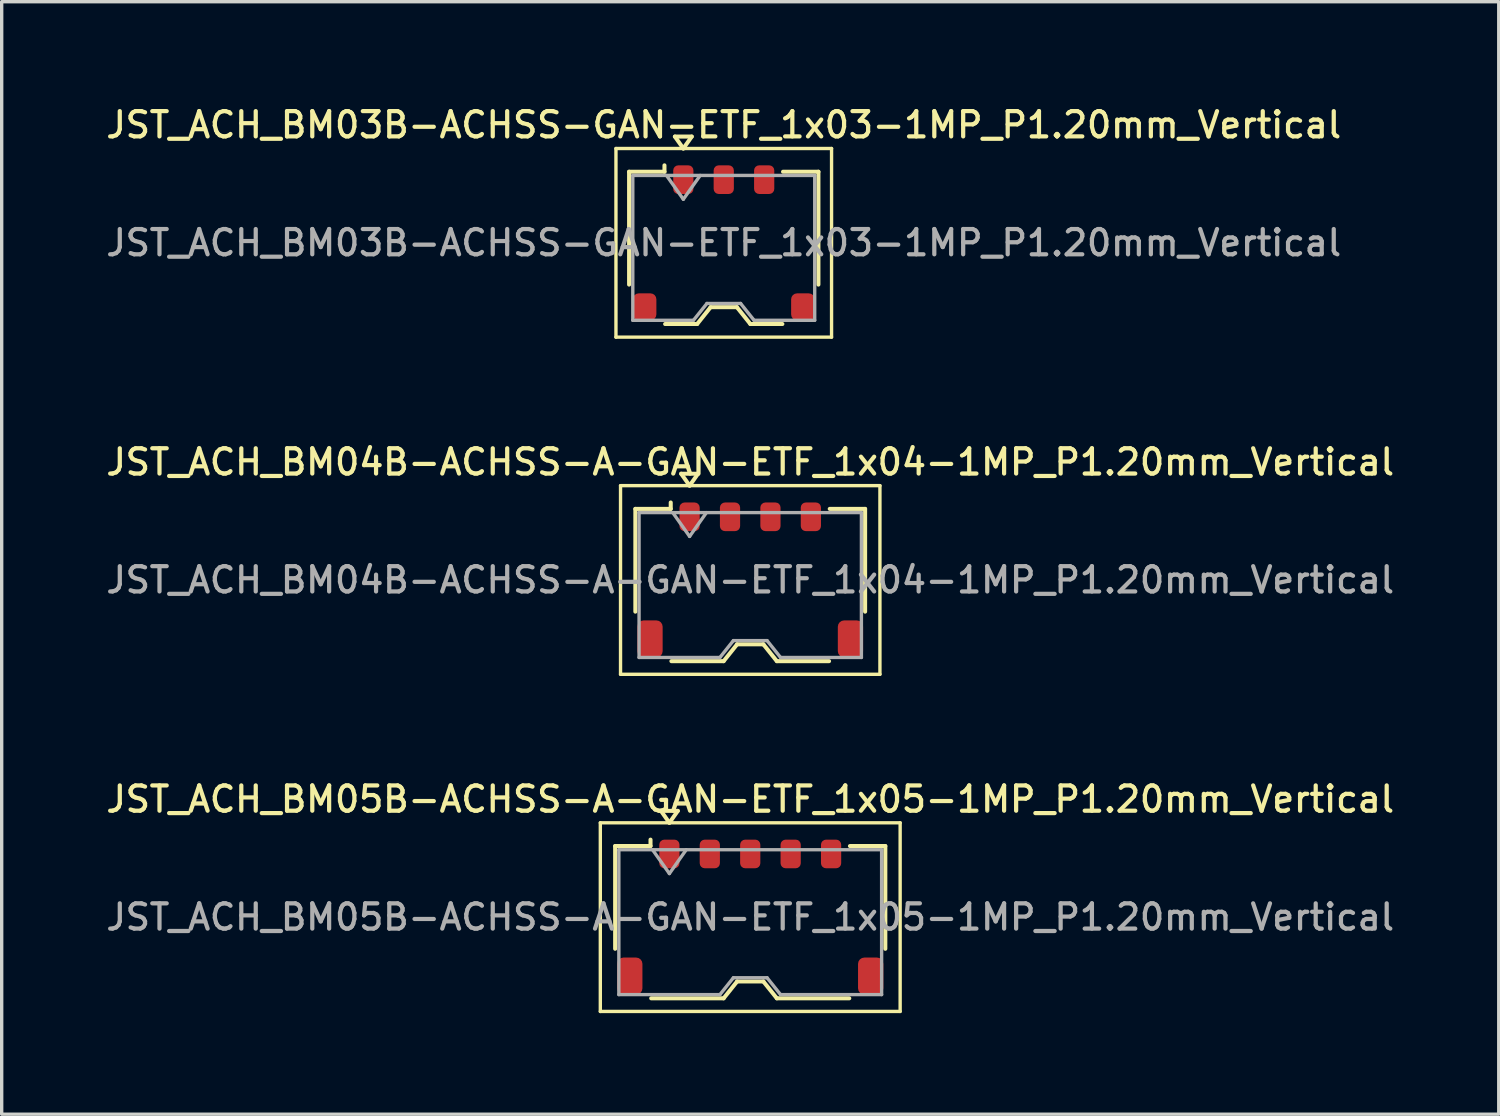
<source format=kicad_pcb>
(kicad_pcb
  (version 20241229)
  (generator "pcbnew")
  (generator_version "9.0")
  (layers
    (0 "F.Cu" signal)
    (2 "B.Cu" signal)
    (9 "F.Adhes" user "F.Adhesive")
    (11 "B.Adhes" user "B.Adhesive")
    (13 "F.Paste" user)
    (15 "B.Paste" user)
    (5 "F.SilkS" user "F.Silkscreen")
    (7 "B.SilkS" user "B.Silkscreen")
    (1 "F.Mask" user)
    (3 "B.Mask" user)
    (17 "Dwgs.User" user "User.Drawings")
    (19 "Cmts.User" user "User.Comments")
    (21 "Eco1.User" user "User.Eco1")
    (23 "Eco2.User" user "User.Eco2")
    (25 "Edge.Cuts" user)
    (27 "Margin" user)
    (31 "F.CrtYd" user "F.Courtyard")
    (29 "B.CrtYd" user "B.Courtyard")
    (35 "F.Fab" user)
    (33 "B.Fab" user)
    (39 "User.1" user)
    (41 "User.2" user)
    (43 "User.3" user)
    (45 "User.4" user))
  (footprint "JST_ACH_BM05B-ACHSS-A-GAN-ETF_1x05-1MP_P1.20mm_Vertical"
    (layer "F.Cu")
    (at 19.22 24.174)
    (property "Reference" "JST_ACH_BM05B-ACHSS-A-GAN-ETF_1x05-1MP_P1.20mm_Vertical" (at 0 -3.5 0) (layer "F.SilkS") (effects (font (size 0.75 0.75) (thickness 0.125))))
    (attr smd)
    (fp_line (start -4.45 -2.8) (end -4.45 2.8) (stroke (width 0.1) (type solid)) (layer "F.SilkS"))
    (fp_line (start -4.45 2.8) (end 4.45 2.8) (stroke (width 0.1) (type solid)) (layer "F.SilkS"))
    (fp_line (start -4.01 -2.11) (end -2.96 -2.11) (stroke (width 0.12) (type solid)) (layer "F.SilkS"))
    (fp_line (start -4.01 0.94) (end -4.01 -2.11) (stroke (width 0.12) (type solid)) (layer "F.SilkS"))
    (fp_line (start -2.96 -2.11) (end -2.96 -2.3) (stroke (width 0.12) (type solid)) (layer "F.SilkS"))
    (fp_line (start -2.94 2.41) (end -0.79 2.41) (stroke (width 0.12) (type solid)) (layer "F.SilkS"))
    (fp_line (start -2.65 -3.154) (end -2.4 -2.8) (stroke (width 0.12) (type solid)) (layer "F.SilkS"))
    (fp_line (start -2.4 -2.8) (end -2.15 -3.154) (stroke (width 0.12) (type solid)) (layer "F.SilkS"))
    (fp_line (start -2.15 -3.154) (end -2.65 -3.154) (stroke (width 0.12) (type solid)) (layer "F.SilkS"))
    (fp_line (start -0.79 2.41) (end -0.39 1.91) (stroke (width 0.12) (type solid)) (layer "F.SilkS"))
    (fp_line (start -0.39 1.91) (end 0.39 1.91) (stroke (width 0.12) (type solid)) (layer "F.SilkS"))
    (fp_line (start 0.39 1.91) (end 0.79 2.41) (stroke (width 0.12) (type solid)) (layer "F.SilkS"))
    (fp_line (start 0.79 2.41) (end 2.94 2.41) (stroke (width 0.12) (type solid)) (layer "F.SilkS"))
    (fp_line (start 4.01 -2.11) (end 2.96 -2.11) (stroke (width 0.12) (type solid)) (layer "F.SilkS"))
    (fp_line (start 4.01 0.94) (end 4.01 -2.11) (stroke (width 0.12) (type solid)) (layer "F.SilkS"))
    (fp_line (start 4.45 -2.8) (end -4.45 -2.8) (stroke (width 0.1) (type solid)) (layer "F.SilkS"))
    (fp_line (start 4.45 2.8) (end 4.45 -2.8) (stroke (width 0.1) (type solid)) (layer "F.SilkS"))
    (fp_line (start -3.9 -2) (end -3.9 2.3) (stroke (width 0.1) (type solid)) (layer "F.Fab"))
    (fp_line (start -3.9 -2) (end 3.9 -2) (stroke (width 0.1) (type solid)) (layer "F.Fab"))
    (fp_line (start -3.9 2.3) (end -0.9 2.3) (stroke (width 0.1) (type solid)) (layer "F.Fab"))
    (fp_line (start -2.9 -2) (end -2.4 -1.293) (stroke (width 0.1) (type solid)) (layer "F.Fab"))
    (fp_line (start -2.4 -1.293) (end -1.9 -2) (stroke (width 0.1) (type solid)) (layer "F.Fab"))
    (fp_line (start -0.9 2.3) (end -0.5 1.8) (stroke (width 0.1) (type solid)) (layer "F.Fab"))
    (fp_line (start -0.5 1.8) (end 0.5 1.8) (stroke (width 0.1) (type solid)) (layer "F.Fab"))
    (fp_line (start 0.5 1.8) (end 0.9 2.3) (stroke (width 0.1) (type solid)) (layer "F.Fab"))
    (fp_line (start 0.9 2.3) (end 3.9 2.3) (stroke (width 0.1) (type solid)) (layer "F.Fab"))
    (fp_line (start 3.9 -2) (end 3.9 2.3) (stroke (width 0.1) (type solid)) (layer "F.Fab"))
    (fp_text user "${REFERENCE}" (at 0 0 0) (layer "F.Fab") (effects (font (size 0.75 0.75) (thickness 0.125))))
    (pad "1" smd roundrect (at -2.4 -1.875) (size 0.6 0.85) (layers "F.Cu" "F.Mask" "F.Paste") (roundrect_rratio 0.25))
    (pad "2" smd roundrect (at -1.2 -1.875) (size 0.6 0.85) (layers "F.Cu" "F.Mask" "F.Paste") (roundrect_rratio 0.25))
    (pad "3" smd roundrect (at 0 -1.875) (size 0.6 0.85) (layers "F.Cu" "F.Mask" "F.Paste") (roundrect_rratio 0.25))
    (pad "4" smd roundrect (at 1.2 -1.875) (size 0.6 0.85) (layers "F.Cu" "F.Mask" "F.Paste") (roundrect_rratio 0.25))
    (pad "5" smd roundrect (at 2.4 -1.875) (size 0.6 0.85) (layers "F.Cu" "F.Mask" "F.Paste") (roundrect_rratio 0.25))
    (pad "MP" smd roundrect (at -3.575 1.75) (size 0.75 1.1) (layers "F.Cu" "F.Mask" "F.Paste") (roundrect_rratio 0.25))
    (pad "MP" smd roundrect (at 3.575 1.75) (size 0.75 1.1) (layers "F.Cu" "F.Mask" "F.Paste") (roundrect_rratio 0.25)))
  (footprint "JST_ACH_BM04B-ACHSS-A-GAN-ETF_1x04-1MP_P1.20mm_Vertical"
    (layer "F.Cu")
    (at 19.22 14.166)
    (property "Reference" "JST_ACH_BM04B-ACHSS-A-GAN-ETF_1x04-1MP_P1.20mm_Vertical" (at 0 -3.5 0) (layer "F.SilkS") (effects (font (size 0.75 0.75) (thickness 0.125))))
    (attr smd)
    (fp_line (start -3.85 -2.8) (end -3.85 2.8) (stroke (width 0.1) (type solid)) (layer "F.SilkS"))
    (fp_line (start -3.85 2.8) (end 3.85 2.8) (stroke (width 0.1) (type solid)) (layer "F.SilkS"))
    (fp_line (start -3.41 -2.11) (end -2.36 -2.11) (stroke (width 0.12) (type solid)) (layer "F.SilkS"))
    (fp_line (start -3.41 0.94) (end -3.41 -2.11) (stroke (width 0.12) (type solid)) (layer "F.SilkS"))
    (fp_line (start -2.36 -2.11) (end -2.36 -2.3) (stroke (width 0.12) (type solid)) (layer "F.SilkS"))
    (fp_line (start -2.34 2.41) (end -0.79 2.41) (stroke (width 0.12) (type solid)) (layer "F.SilkS"))
    (fp_line (start -2.05 -3.154) (end -1.8 -2.8) (stroke (width 0.12) (type solid)) (layer "F.SilkS"))
    (fp_line (start -1.8 -2.8) (end -1.55 -3.154) (stroke (width 0.12) (type solid)) (layer "F.SilkS"))
    (fp_line (start -1.55 -3.154) (end -2.05 -3.154) (stroke (width 0.12) (type solid)) (layer "F.SilkS"))
    (fp_line (start -0.79 2.41) (end -0.39 1.91) (stroke (width 0.12) (type solid)) (layer "F.SilkS"))
    (fp_line (start -0.39 1.91) (end 0.39 1.91) (stroke (width 0.12) (type solid)) (layer "F.SilkS"))
    (fp_line (start 0.39 1.91) (end 0.79 2.41) (stroke (width 0.12) (type solid)) (layer "F.SilkS"))
    (fp_line (start 0.79 2.41) (end 2.34 2.41) (stroke (width 0.12) (type solid)) (layer "F.SilkS"))
    (fp_line (start 3.41 -2.11) (end 2.36 -2.11) (stroke (width 0.12) (type solid)) (layer "F.SilkS"))
    (fp_line (start 3.41 0.94) (end 3.41 -2.11) (stroke (width 0.12) (type solid)) (layer "F.SilkS"))
    (fp_line (start 3.85 -2.8) (end -3.85 -2.8) (stroke (width 0.1) (type solid)) (layer "F.SilkS"))
    (fp_line (start 3.85 2.8) (end 3.85 -2.8) (stroke (width 0.1) (type solid)) (layer "F.SilkS"))
    (fp_line (start -3.3 -2) (end -3.3 2.3) (stroke (width 0.1) (type solid)) (layer "F.Fab"))
    (fp_line (start -3.3 -2) (end 3.3 -2) (stroke (width 0.1) (type solid)) (layer "F.Fab"))
    (fp_line (start -3.3 2.3) (end -0.9 2.3) (stroke (width 0.1) (type solid)) (layer "F.Fab"))
    (fp_line (start -2.3 -2) (end -1.8 -1.293) (stroke (width 0.1) (type solid)) (layer "F.Fab"))
    (fp_line (start -1.8 -1.293) (end -1.3 -2) (stroke (width 0.1) (type solid)) (layer "F.Fab"))
    (fp_line (start -0.9 2.3) (end -0.5 1.8) (stroke (width 0.1) (type solid)) (layer "F.Fab"))
    (fp_line (start -0.5 1.8) (end 0.5 1.8) (stroke (width 0.1) (type solid)) (layer "F.Fab"))
    (fp_line (start 0.5 1.8) (end 0.9 2.3) (stroke (width 0.1) (type solid)) (layer "F.Fab"))
    (fp_line (start 0.9 2.3) (end 3.3 2.3) (stroke (width 0.1) (type solid)) (layer "F.Fab"))
    (fp_line (start 3.3 -2) (end 3.3 2.3) (stroke (width 0.1) (type solid)) (layer "F.Fab"))
    (fp_text user "${REFERENCE}" (at 0 0 0) (layer "F.Fab") (effects (font (size 0.75 0.75) (thickness 0.125))))
    (pad "1" smd roundrect (at -1.8 -1.875) (size 0.6 0.85) (layers "F.Cu" "F.Mask" "F.Paste") (roundrect_rratio 0.25))
    (pad "2" smd roundrect (at -0.6 -1.875) (size 0.6 0.85) (layers "F.Cu" "F.Mask" "F.Paste") (roundrect_rratio 0.25))
    (pad "3" smd roundrect (at 0.6 -1.875) (size 0.6 0.85) (layers "F.Cu" "F.Mask" "F.Paste") (roundrect_rratio 0.25))
    (pad "4" smd roundrect (at 1.8 -1.875) (size 0.6 0.85) (layers "F.Cu" "F.Mask" "F.Paste") (roundrect_rratio 0.25))
    (pad "MP" smd roundrect (at -2.975 1.75) (size 0.75 1.1) (layers "F.Cu" "F.Mask" "F.Paste") (roundrect_rratio 0.25))
    (pad "MP" smd roundrect (at 2.975 1.75) (size 0.75 1.1) (layers "F.Cu" "F.Mask" "F.Paste") (roundrect_rratio 0.25)))
  (footprint "JST_ACH_BM03B-ACHSS-GAN-ETF_1x03-1MP_P1.20mm_Vertical"
    (layer "F.Cu")
    (at 18.434 4.158)
    (property "Reference" "JST_ACH_BM03B-ACHSS-GAN-ETF_1x03-1MP_P1.20mm_Vertical" (at 0 -3.5 0) (layer "F.SilkS") (effects (font (size 0.75 0.75) (thickness 0.125))))
    (attr smd)
    (fp_line (start -3.2 -2.8) (end -3.2 2.8) (stroke (width 0.1) (type solid)) (layer "F.SilkS"))
    (fp_line (start -3.2 2.8) (end 3.2 2.8) (stroke (width 0.1) (type solid)) (layer "F.SilkS"))
    (fp_line (start -2.81 -2.11) (end -1.76 -2.11) (stroke (width 0.12) (type solid)) (layer "F.SilkS"))
    (fp_line (start -2.81 1.24) (end -2.81 -2.11) (stroke (width 0.12) (type solid)) (layer "F.SilkS"))
    (fp_line (start -1.76 -2.11) (end -1.76 -2.3) (stroke (width 0.12) (type solid)) (layer "F.SilkS"))
    (fp_line (start -1.74 2.41) (end -0.79 2.41) (stroke (width 0.12) (type solid)) (layer "F.SilkS"))
    (fp_line (start -1.45 -3.154) (end -1.2 -2.8) (stroke (width 0.12) (type solid)) (layer "F.SilkS"))
    (fp_line (start -1.2 -2.8) (end -0.95 -3.154) (stroke (width 0.12) (type solid)) (layer "F.SilkS"))
    (fp_line (start -0.95 -3.154) (end -1.45 -3.154) (stroke (width 0.12) (type solid)) (layer "F.SilkS"))
    (fp_line (start -0.79 2.41) (end -0.39 1.91) (stroke (width 0.12) (type solid)) (layer "F.SilkS"))
    (fp_line (start -0.39 1.91) (end 0.39 1.91) (stroke (width 0.12) (type solid)) (layer "F.SilkS"))
    (fp_line (start 0.39 1.91) (end 0.79 2.41) (stroke (width 0.12) (type solid)) (layer "F.SilkS"))
    (fp_line (start 0.79 2.41) (end 1.74 2.41) (stroke (width 0.12) (type solid)) (layer "F.SilkS"))
    (fp_line (start 2.81 -2.11) (end 1.76 -2.11) (stroke (width 0.12) (type solid)) (layer "F.SilkS"))
    (fp_line (start 2.81 1.24) (end 2.81 -2.11) (stroke (width 0.12) (type solid)) (layer "F.SilkS"))
    (fp_line (start 3.2 -2.8) (end -3.2 -2.8) (stroke (width 0.1) (type solid)) (layer "F.SilkS"))
    (fp_line (start 3.2 2.8) (end 3.2 -2.8) (stroke (width 0.1) (type solid)) (layer "F.SilkS"))
    (fp_line (start -2.7 -2) (end -2.7 2.3) (stroke (width 0.1) (type solid)) (layer "F.Fab"))
    (fp_line (start -2.7 -2) (end 2.7 -2) (stroke (width 0.1) (type solid)) (layer "F.Fab"))
    (fp_line (start -2.7 2.3) (end -0.9 2.3) (stroke (width 0.1) (type solid)) (layer "F.Fab"))
    (fp_line (start -1.7 -2) (end -1.2 -1.293) (stroke (width 0.1) (type solid)) (layer "F.Fab"))
    (fp_line (start -1.2 -1.293) (end -0.7 -2) (stroke (width 0.1) (type solid)) (layer "F.Fab"))
    (fp_line (start -0.9 2.3) (end -0.5 1.8) (stroke (width 0.1) (type solid)) (layer "F.Fab"))
    (fp_line (start -0.5 1.8) (end 0.5 1.8) (stroke (width 0.1) (type solid)) (layer "F.Fab"))
    (fp_line (start 0.5 1.8) (end 0.9 2.3) (stroke (width 0.1) (type solid)) (layer "F.Fab"))
    (fp_line (start 0.9 2.3) (end 2.7 2.3) (stroke (width 0.1) (type solid)) (layer "F.Fab"))
    (fp_line (start 2.7 -2) (end 2.7 2.3) (stroke (width 0.1) (type solid)) (layer "F.Fab"))
    (fp_text user "${REFERENCE}" (at 0 0 0) (layer "F.Fab") (effects (font (size 0.75 0.75) (thickness 0.125))))
    (pad "1" smd roundrect (at -1.2 -1.875) (size 0.6 0.85) (layers "F.Cu" "F.Mask" "F.Paste") (roundrect_rratio 0.25))
    (pad "2" smd roundrect (at 0 -1.875) (size 0.6 0.85) (layers "F.Cu" "F.Mask" "F.Paste") (roundrect_rratio 0.25))
    (pad "3" smd roundrect (at 1.2 -1.875) (size 0.6 0.85) (layers "F.Cu" "F.Mask" "F.Paste") (roundrect_rratio 0.25))
    (pad "MP" smd roundrect (at -2.35 1.9) (size 0.7 0.8) (layers "F.Cu" "F.Mask" "F.Paste") (roundrect_rratio 0.25))
    (pad "MP" smd roundrect (at 2.35 1.9) (size 0.7 0.8) (layers "F.Cu" "F.Mask" "F.Paste") (roundrect_rratio 0.25)))
  (gr_rect
    (start -3 -3)
    (end 41.439 30.024)
    (stroke (width 0.1) (type default))
    (fill no)
    (layer "Edge.Cuts")))
</source>
